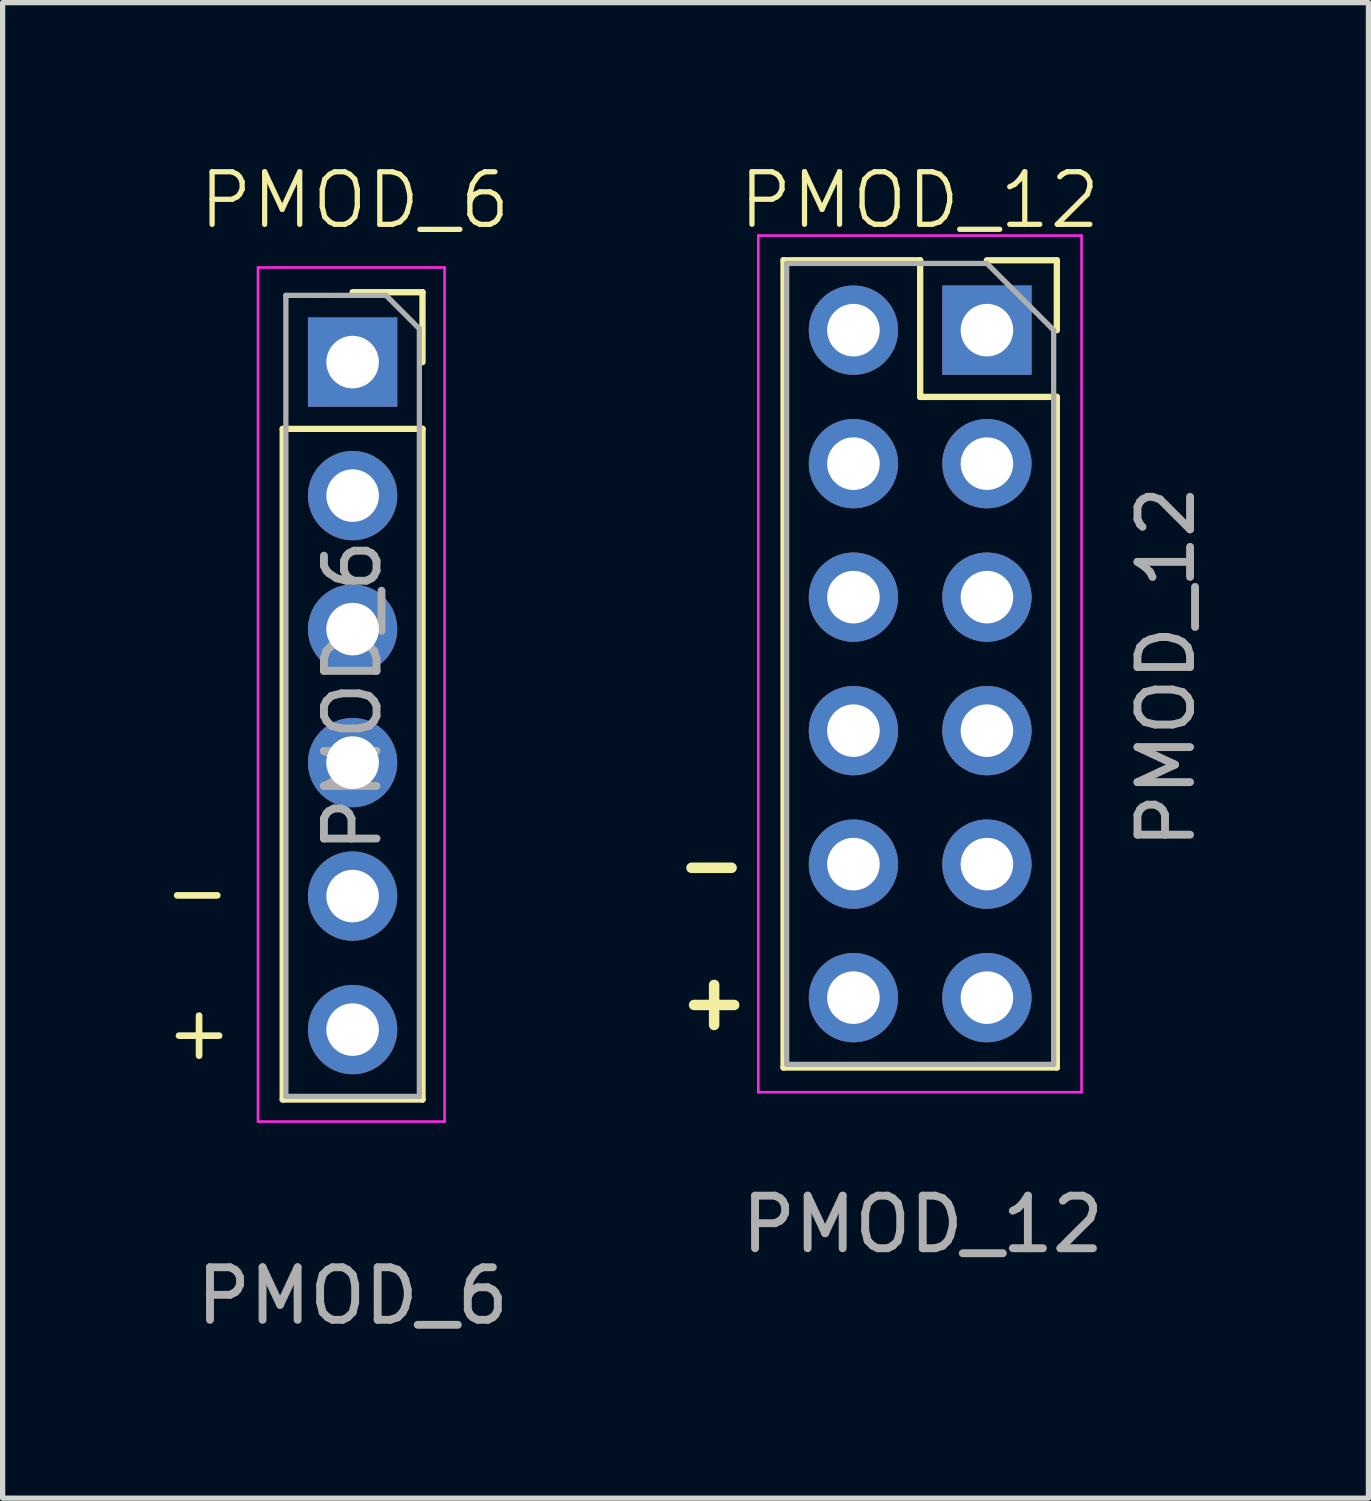
<source format=kicad_pcb>
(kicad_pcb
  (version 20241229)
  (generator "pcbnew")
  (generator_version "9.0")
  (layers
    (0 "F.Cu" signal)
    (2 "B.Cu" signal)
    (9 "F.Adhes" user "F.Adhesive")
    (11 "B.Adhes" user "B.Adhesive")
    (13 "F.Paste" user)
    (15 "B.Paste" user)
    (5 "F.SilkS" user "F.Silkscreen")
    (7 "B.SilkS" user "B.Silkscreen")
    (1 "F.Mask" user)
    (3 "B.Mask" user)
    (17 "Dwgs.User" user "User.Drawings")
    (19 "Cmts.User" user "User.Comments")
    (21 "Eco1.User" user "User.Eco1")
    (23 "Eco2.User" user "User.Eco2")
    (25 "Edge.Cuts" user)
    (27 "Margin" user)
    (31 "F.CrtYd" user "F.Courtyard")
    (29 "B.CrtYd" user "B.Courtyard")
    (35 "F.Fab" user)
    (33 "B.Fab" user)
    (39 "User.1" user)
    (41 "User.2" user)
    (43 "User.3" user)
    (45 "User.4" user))
  (footprint "PMOD_12"
    (layer "F.Cu")
    (at 14.448 9.636)
    (property "Reference" "PMOD_12" (at 0 -8.876 0) (unlocked yes) (layer "F.SilkS") (effects (font (size 1 1) (thickness 0.1))))
    (attr through_hole)
    (fp_line (start -2.59 -7.734) (end -2.59 7.626) (stroke (width 0.12) (type solid)) (layer "F.SilkS"))
    (fp_line (start 0.01 -7.734) (end -2.59 -7.734) (stroke (width 0.12) (type solid)) (layer "F.SilkS"))
    (fp_line (start 0.01 -5.134) (end 0.01 -7.734) (stroke (width 0.12) (type solid)) (layer "F.SilkS"))
    (fp_line (start 2.61 -7.734) (end 1.28 -7.734) (stroke (width 0.12) (type solid)) (layer "F.SilkS"))
    (fp_line (start 2.61 -6.404) (end 2.61 -7.734) (stroke (width 0.12) (type solid)) (layer "F.SilkS"))
    (fp_line (start 2.61 -5.134) (end 0.01 -5.134) (stroke (width 0.12) (type solid)) (layer "F.SilkS"))
    (fp_line (start 2.61 -5.134) (end 2.61 7.626) (stroke (width 0.12) (type solid)) (layer "F.SilkS"))
    (fp_line (start 2.61 7.626) (end -2.59 7.626) (stroke (width 0.12) (type solid)) (layer "F.SilkS"))
    (fp_line (start -3.07 -8.204) (end 3.08 -8.204) (stroke (width 0.05) (type solid)) (layer "F.CrtYd"))
    (fp_line (start -3.07 8.096) (end -3.07 -8.204) (stroke (width 0.05) (type solid)) (layer "F.CrtYd"))
    (fp_line (start 3.08 -8.204) (end 3.08 8.096) (stroke (width 0.05) (type solid)) (layer "F.CrtYd"))
    (fp_line (start 3.08 8.096) (end -3.07 8.096) (stroke (width 0.05) (type solid)) (layer "F.CrtYd"))
    (fp_line (start -2.53 -7.674) (end -2.53 7.566) (stroke (width 0.1) (type solid)) (layer "F.Fab"))
    (fp_line (start -2.53 7.566) (end 2.55 7.566) (stroke (width 0.1) (type solid)) (layer "F.Fab"))
    (fp_line (start 1.28 -7.674) (end -2.53 -7.674) (stroke (width 0.1) (type solid)) (layer "F.Fab"))
    (fp_line (start 2.55 -6.404) (end 1.28 -7.674) (stroke (width 0.1) (type solid)) (layer "F.Fab"))
    (fp_line (start 2.55 7.566) (end 2.55 -6.404) (stroke (width 0.1) (type solid)) (layer "F.Fab"))
    (fp_text user "-" (at -4.71 4.339 0) (unlocked yes) (layer "F.SilkS") (effects (font (size 1 1) (thickness 0.2) (bold yes)) (justify left bottom)))
    (fp_text user "+" (at -4.661 6.949 0) (unlocked yes) (layer "F.SilkS") (effects (font (size 1 1) (thickness 0.2) (bold yes)) (justify left bottom)))
    (fp_text user "${REFERENCE}" (at 0.059 10.609 0) (unlocked yes) (layer "F.Fab") (effects (font (size 1 1) (thickness 0.15))))
    (fp_text user "${REFERENCE}" (at 4.69 0.005 90) (layer "F.Fab") (effects (font (size 1 1) (thickness 0.15))))
    (pad "1" thru_hole rect (at 1.28 -6.404) (size 1.7 1.7) (drill 1) (layers "*.Cu" "*.Mask"))
    (pad "2" thru_hole oval (at 1.28 -3.864) (size 1.7 1.7) (drill 1) (layers "*.Cu" "*.Mask"))
    (pad "3" thru_hole oval (at 1.28 -1.324) (size 1.7 1.7) (drill 1) (layers "*.Cu" "*.Mask"))
    (pad "4" thru_hole oval (at 1.28 1.216) (size 1.7 1.7) (drill 1) (layers "*.Cu" "*.Mask"))
    (pad "5" thru_hole oval (at 1.28 3.756) (size 1.7 1.7) (drill 1) (layers "*.Cu" "*.Mask"))
    (pad "6" thru_hole oval (at 1.28 6.296) (size 1.7 1.7) (drill 1) (layers "*.Cu" "*.Mask"))
    (pad "7" thru_hole oval (at -1.26 -6.404) (size 1.7 1.7) (drill 1) (layers "*.Cu" "*.Mask"))
    (pad "8" thru_hole oval (at -1.26 -3.864) (size 1.7 1.7) (drill 1) (layers "*.Cu" "*.Mask"))
    (pad "9" thru_hole oval (at -1.26 -1.324) (size 1.7 1.7) (drill 1) (layers "*.Cu" "*.Mask"))
    (pad "10" thru_hole oval (at -1.26 1.216) (size 1.7 1.7) (drill 1) (layers "*.Cu" "*.Mask"))
    (pad "11" thru_hole oval (at -1.26 3.756) (size 1.7 1.7) (drill 1) (layers "*.Cu" "*.Mask"))
    (pad "12" thru_hole oval (at -1.26 6.296) (size 1.7 1.7) (drill 1) (layers "*.Cu" "*.Mask")))
  (footprint "PMOD_6"
    (layer "F.Cu")
    (at 3.695 10.34)
    (property "Reference" "PMOD_6" (at 0.005 -9.579 0) (unlocked yes) (layer "F.SilkS") (effects (font (size 1 1) (thickness 0.1))))
    (attr through_hole)
    (fp_line (start -1.366 -5.23) (end -1.366 7.53) (stroke (width 0.12) (type solid)) (layer "F.SilkS"))
    (fp_line (start -1.366 -5.23) (end 1.294 -5.23) (stroke (width 0.12) (type solid)) (layer "F.SilkS"))
    (fp_line (start -1.366 7.53) (end 1.294 7.53) (stroke (width 0.12) (type solid)) (layer "F.SilkS"))
    (fp_line (start -0.036 -7.83) (end 1.294 -7.83) (stroke (width 0.12) (type solid)) (layer "F.SilkS"))
    (fp_line (start 1.294 -7.83) (end 1.294 -6.5) (stroke (width 0.12) (type solid)) (layer "F.SilkS"))
    (fp_line (start 1.294 -5.23) (end 1.294 7.53) (stroke (width 0.12) (type solid)) (layer "F.SilkS"))
    (fp_line (start -1.836 -8.3) (end 1.714 -8.3) (stroke (width 0.05) (type solid)) (layer "F.CrtYd"))
    (fp_line (start -1.836 7.95) (end -1.836 -8.3) (stroke (width 0.05) (type solid)) (layer "F.CrtYd"))
    (fp_line (start 1.714 -8.3) (end 1.714 7.95) (stroke (width 0.05) (type solid)) (layer "F.CrtYd"))
    (fp_line (start 1.714 7.95) (end -1.836 7.95) (stroke (width 0.05) (type solid)) (layer "F.CrtYd"))
    (fp_line (start -1.306 -7.77) (end 0.599 -7.77) (stroke (width 0.1) (type solid)) (layer "F.Fab"))
    (fp_line (start -1.306 7.47) (end -1.306 -7.77) (stroke (width 0.1) (type solid)) (layer "F.Fab"))
    (fp_line (start 0.599 -7.77) (end 1.234 -7.135) (stroke (width 0.1) (type solid)) (layer "F.Fab"))
    (fp_line (start 1.234 -7.135) (end 1.234 7.47) (stroke (width 0.1) (type solid)) (layer "F.Fab"))
    (fp_line (start 1.234 7.47) (end -1.306 7.47) (stroke (width 0.1) (type solid)) (layer "F.Fab"))
    (fp_text user "-" (at -3.695 4.156 0) (unlocked yes) (layer "F.SilkS") (effects (font (size 1 1) (thickness 0.127)) (justify left bottom)))
    (fp_text user "+" (at -3.66 6.825 0) (unlocked yes) (layer "F.SilkS") (effects (font (size 1 1) (thickness 0.127)) (justify left bottom)))
    (fp_text user "${REFERENCE}" (at -0.036 -0.15 90) (layer "F.Fab") (effects (font (size 1 1) (thickness 0.15))))
    (fp_text user "${REFERENCE}" (at -0.035 11.267 0) (unlocked yes) (layer "F.Fab") (effects (font (size 1 1) (thickness 0.15))))
    (pad "1" thru_hole rect (at -0.036 -6.5) (size 1.7 1.7) (drill 1) (layers "*.Cu" "*.Mask"))
    (pad "2" thru_hole oval (at -0.036 -3.96) (size 1.7 1.7) (drill 1) (layers "*.Cu" "*.Mask"))
    (pad "3" thru_hole oval (at -0.036 -1.42) (size 1.7 1.7) (drill 1) (layers "*.Cu" "*.Mask"))
    (pad "4" thru_hole oval (at -0.036 1.12) (size 1.7 1.7) (drill 1) (layers "*.Cu" "*.Mask"))
    (pad "5" thru_hole oval (at -0.036 3.66) (size 1.7 1.7) (drill 1) (layers "*.Cu" "*.Mask"))
    (pad "6" thru_hole oval (at -0.036 6.2) (size 1.7 1.7) (drill 1) (layers "*.Cu" "*.Mask")))
  (gr_rect
    (start -3 -3)
    (end 22.987 25.455)
    (stroke (width 0.1) (type default))
    (fill no)
    (layer "Edge.Cuts")))
</source>
